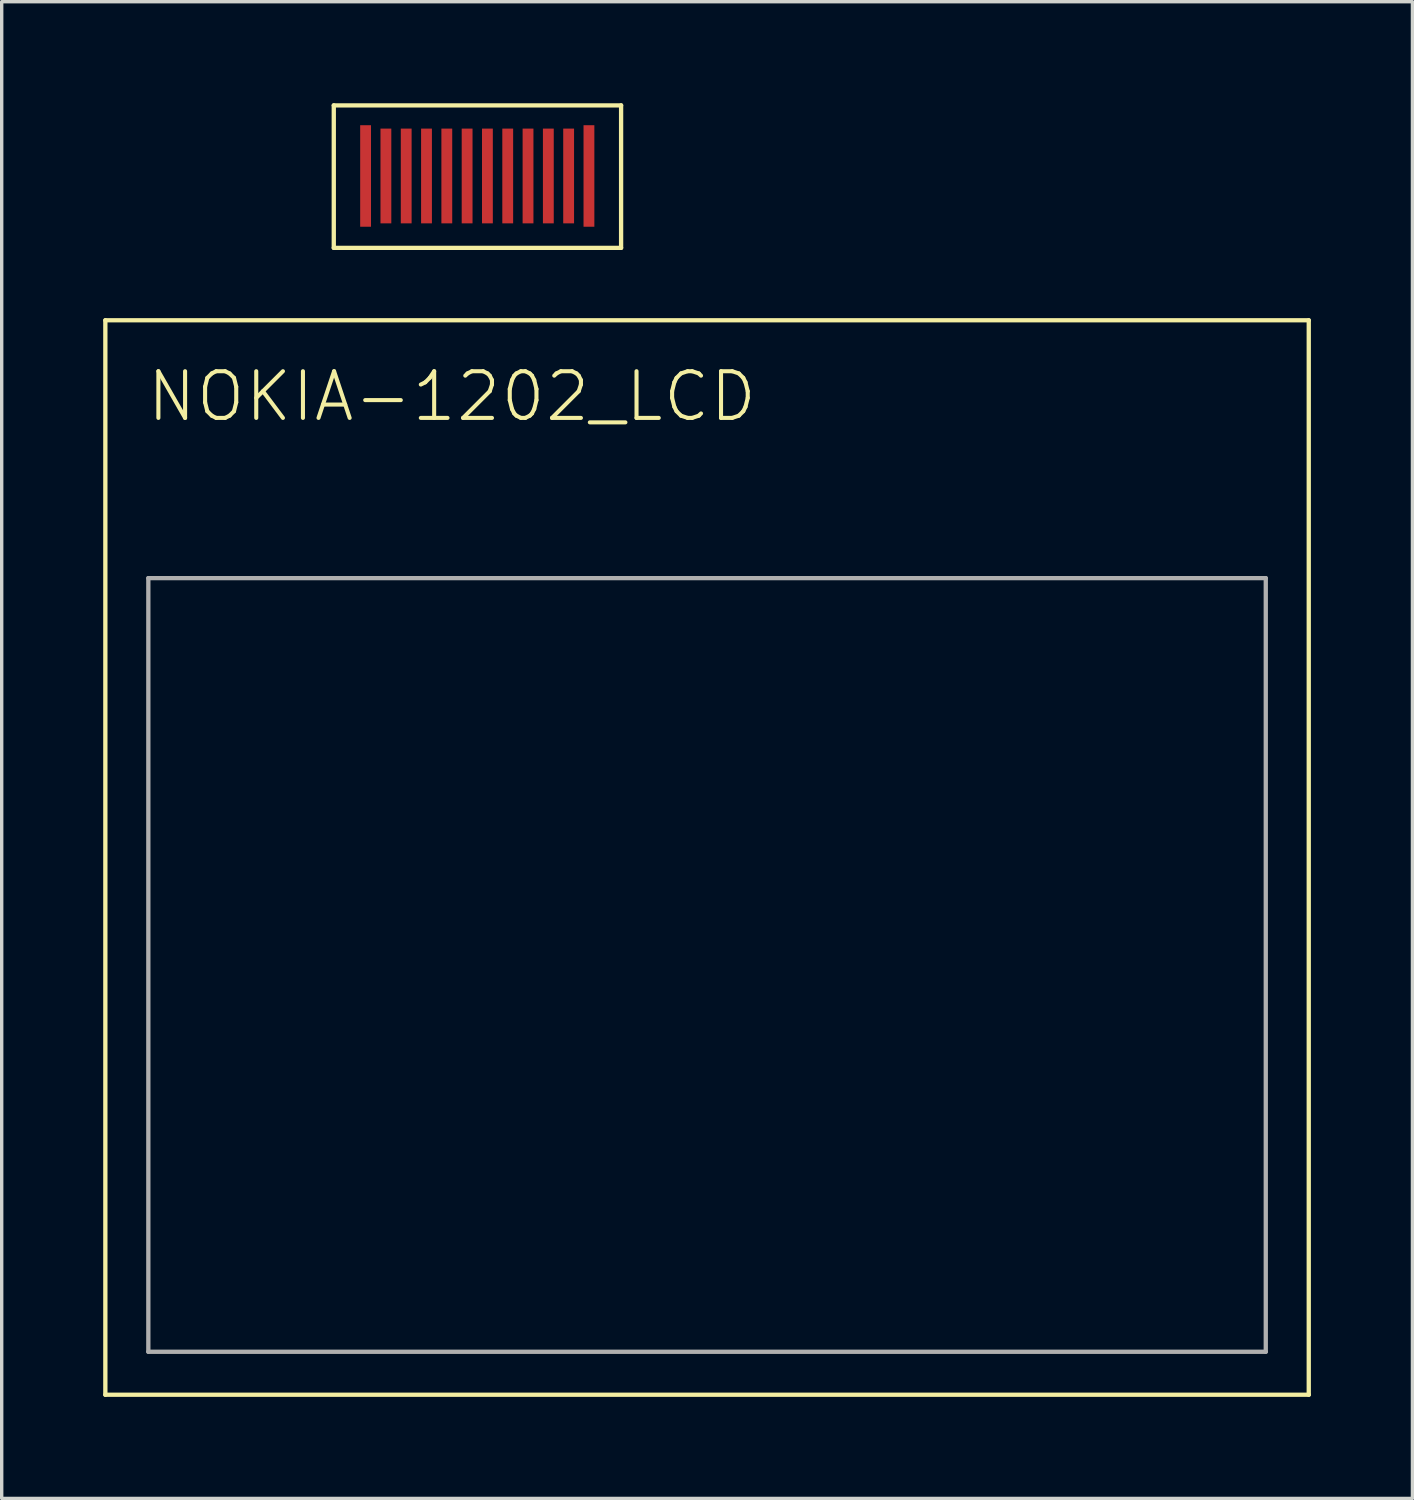
<source format=kicad_pcb>
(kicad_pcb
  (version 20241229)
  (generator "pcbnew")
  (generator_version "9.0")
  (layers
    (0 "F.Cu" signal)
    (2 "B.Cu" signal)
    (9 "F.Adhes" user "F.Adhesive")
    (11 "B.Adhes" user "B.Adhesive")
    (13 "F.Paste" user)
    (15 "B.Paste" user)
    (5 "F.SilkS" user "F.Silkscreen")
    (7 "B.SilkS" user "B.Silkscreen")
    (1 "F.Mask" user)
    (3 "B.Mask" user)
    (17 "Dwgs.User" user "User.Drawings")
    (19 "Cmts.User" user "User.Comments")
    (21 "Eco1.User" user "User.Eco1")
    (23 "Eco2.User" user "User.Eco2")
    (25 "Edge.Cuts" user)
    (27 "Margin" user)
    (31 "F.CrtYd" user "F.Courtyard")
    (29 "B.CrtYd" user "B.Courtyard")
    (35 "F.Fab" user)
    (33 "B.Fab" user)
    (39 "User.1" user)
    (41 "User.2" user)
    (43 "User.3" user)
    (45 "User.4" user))
  (footprint "NOKIA-1202_LCD"
    (layer "F.Cu")
    (at 17.843 24.194)
    (property "Reference" "NOKIA-1202_LCD" (at -16.62 -14.72 0) (unlocked yes) (layer "F.SilkS") (effects (font (size 1.38 1.38) (thickness 0.12)) (justify left bottom)))
    (fp_line (start -17.78 -17.78) (end 17.78 -17.78) (stroke (width 0.127) (type solid)) (layer "F.SilkS"))
    (fp_line (start -17.78 13.97) (end -17.78 -17.78) (stroke (width 0.127) (type solid)) (layer "F.SilkS"))
    (fp_line (start -11.03 -24.13) (end -11.03 -19.92) (stroke (width 0.127) (type solid)) (layer "F.SilkS"))
    (fp_line (start -11.03 -19.92) (end -2.54 -19.92) (stroke (width 0.127) (type solid)) (layer "F.SilkS"))
    (fp_line (start -2.54 -24.13) (end -11.03 -24.13) (stroke (width 0.127) (type solid)) (layer "F.SilkS"))
    (fp_line (start -2.54 -19.92) (end -2.54 -24.13) (stroke (width 0.127) (type solid)) (layer "F.SilkS"))
    (fp_line (start 17.78 -17.78) (end 17.78 13.97) (stroke (width 0.127) (type solid)) (layer "F.SilkS"))
    (fp_line (start 17.78 13.97) (end -17.78 13.97) (stroke (width 0.127) (type solid)) (layer "F.SilkS"))
    (fp_line (start -16.51 -10.16) (end -16.51 12.7) (stroke (width 0.127) (type solid)) (layer "F.Fab"))
    (fp_line (start -16.51 12.7) (end 16.51 12.7) (stroke (width 0.127) (type solid)) (layer "F.Fab"))
    (fp_line (start 16.51 -10.16) (end -16.51 -10.16) (stroke (width 0.127) (type solid)) (layer "F.Fab"))
    (fp_line (start 16.51 12.7) (end 16.51 -10.16) (stroke (width 0.127) (type solid)) (layer "F.Fab"))
    (pad "0" smd rect (at -10.09 -22.044) (size 0.32 3) (layers "F.Cu" "F.Mask" "F.Paste"))
    (pad "1" smd rect (at -9.49 -22.044) (size 0.32 2.8) (layers "F.Cu" "F.Mask" "F.Paste"))
    (pad "2" smd rect (at -8.89 -22.044) (size 0.32 2.8) (layers "F.Cu" "F.Mask" "F.Paste"))
    (pad "3" smd rect (at -8.29 -22.044) (size 0.32 2.8) (layers "F.Cu" "F.Mask" "F.Paste"))
    (pad "4" smd rect (at -7.69 -22.044) (size 0.32 2.8) (layers "F.Cu" "F.Mask" "F.Paste"))
    (pad "5" smd rect (at -7.09 -22.044) (size 0.32 2.8) (layers "F.Cu" "F.Mask" "F.Paste"))
    (pad "6" smd rect (at -6.49 -22.044) (size 0.32 2.8) (layers "F.Cu" "F.Mask" "F.Paste"))
    (pad "7" smd rect (at -5.89 -22.044) (size 0.32 2.8) (layers "F.Cu" "F.Mask" "F.Paste"))
    (pad "8" smd rect (at -5.29 -22.044) (size 0.32 2.8) (layers "F.Cu" "F.Mask" "F.Paste"))
    (pad "9" smd rect (at -4.69 -22.044) (size 0.32 2.8) (layers "F.Cu" "F.Mask" "F.Paste"))
    (pad "10" smd rect (at -4.09 -22.044) (size 0.32 2.8) (layers "F.Cu" "F.Mask" "F.Paste"))
    (pad "11" smd rect (at -3.49 -22.044) (size 0.32 3) (layers "F.Cu" "F.Mask" "F.Paste")))
  (gr_rect
    (start -3 -3)
    (end 38.687 41.227)
    (stroke (width 0.1) (type default))
    (fill no)
    (layer "Edge.Cuts")))
</source>
